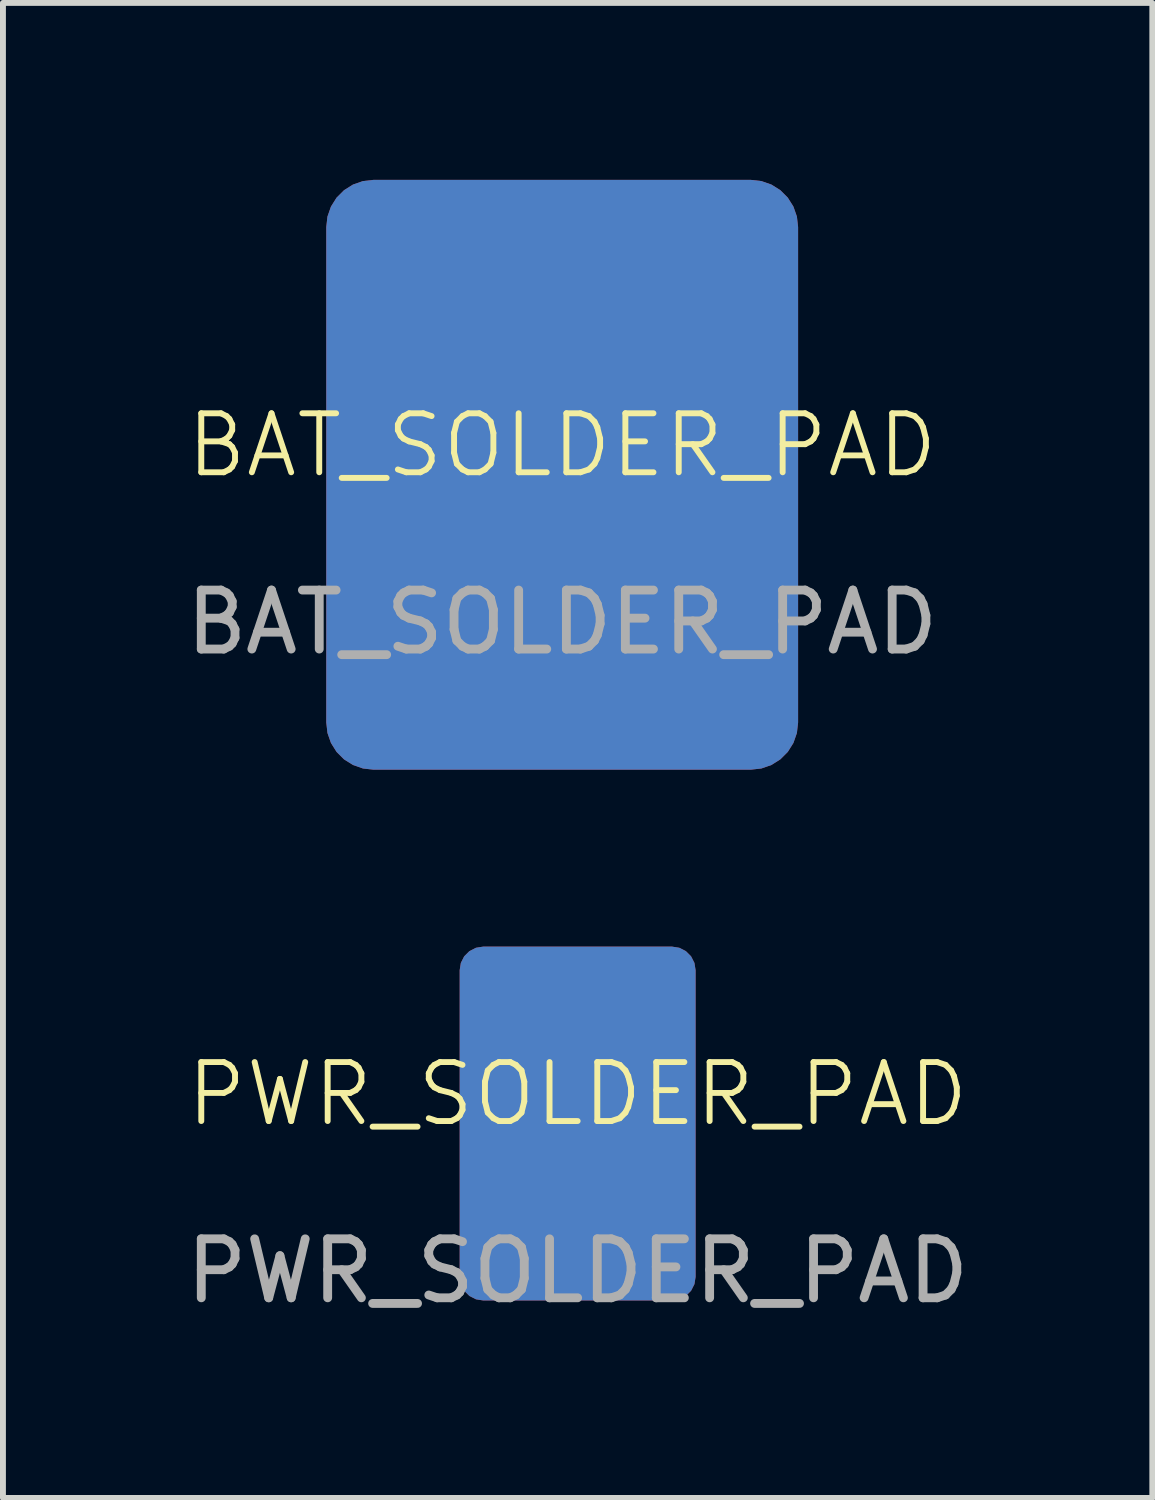
<source format=kicad_pcb>
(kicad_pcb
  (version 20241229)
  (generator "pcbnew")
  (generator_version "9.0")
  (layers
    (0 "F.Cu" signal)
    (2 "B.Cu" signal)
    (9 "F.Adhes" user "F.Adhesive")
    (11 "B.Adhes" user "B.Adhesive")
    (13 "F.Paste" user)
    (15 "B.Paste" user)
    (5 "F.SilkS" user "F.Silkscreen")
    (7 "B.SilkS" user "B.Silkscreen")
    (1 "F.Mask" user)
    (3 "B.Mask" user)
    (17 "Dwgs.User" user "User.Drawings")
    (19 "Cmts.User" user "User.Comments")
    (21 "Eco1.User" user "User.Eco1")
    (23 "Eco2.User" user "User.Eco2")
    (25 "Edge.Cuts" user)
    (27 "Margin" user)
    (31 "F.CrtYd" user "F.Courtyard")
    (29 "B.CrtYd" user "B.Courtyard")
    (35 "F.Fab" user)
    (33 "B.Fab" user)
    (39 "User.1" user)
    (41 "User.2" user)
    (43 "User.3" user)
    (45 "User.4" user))
  (footprint "BAT_SOLDER_PAD"
    (layer "F.Cu")
    (at 6.482 5)
    (property "Reference" "BAT_SOLDER_PAD" (at 0 -0.5 0) (unlocked yes) (layer "F.SilkS") (effects (font (size 1 1) (thickness 0.1))))
    (attr smd)
    (fp_text user "${REFERENCE}" (at 0 2.5 0) (unlocked yes) (layer "F.Fab") (effects (font (size 1 1) (thickness 0.15))))
    (pad "1" smd roundrect (at 0 0 90) (size 10 8) (layers "F.Cu" "F.Mask" "F.Paste") (roundrect_rratio 0.1))
    (pad "1" smd roundrect (at 0 0 270) (size 10 8) (layers "B.Cu" "B.Mask" "B.Paste") (roundrect_rratio 0.1)))
  (footprint "PWR_SOLDER_PAD"
    (layer "F.Cu")
    (at 6.744 16)
    (property "Reference" "PWR_SOLDER_PAD" (at 0 -0.5 0) (unlocked yes) (layer "F.SilkS") (effects (font (size 1 1) (thickness 0.1))))
    (attr smd)
    (fp_text user "${REFERENCE}" (at 0 2.5 0) (unlocked yes) (layer "F.Fab") (effects (font (size 1 1) (thickness 0.15))))
    (pad "1" smd roundrect (at 0 0 90) (size 6 4) (layers "F.Cu" "F.Mask") (roundrect_rratio 0.1))
    (pad "1" smd roundrect (at 0 0 90) (size 6 4) (layers "B.Cu") (roundrect_rratio 0.1)))
  (gr_rect
    (start -3 -3)
    (end 16.488 22.348)
    (stroke (width 0.1) (type default))
    (fill no)
    (layer "Edge.Cuts")))
</source>
